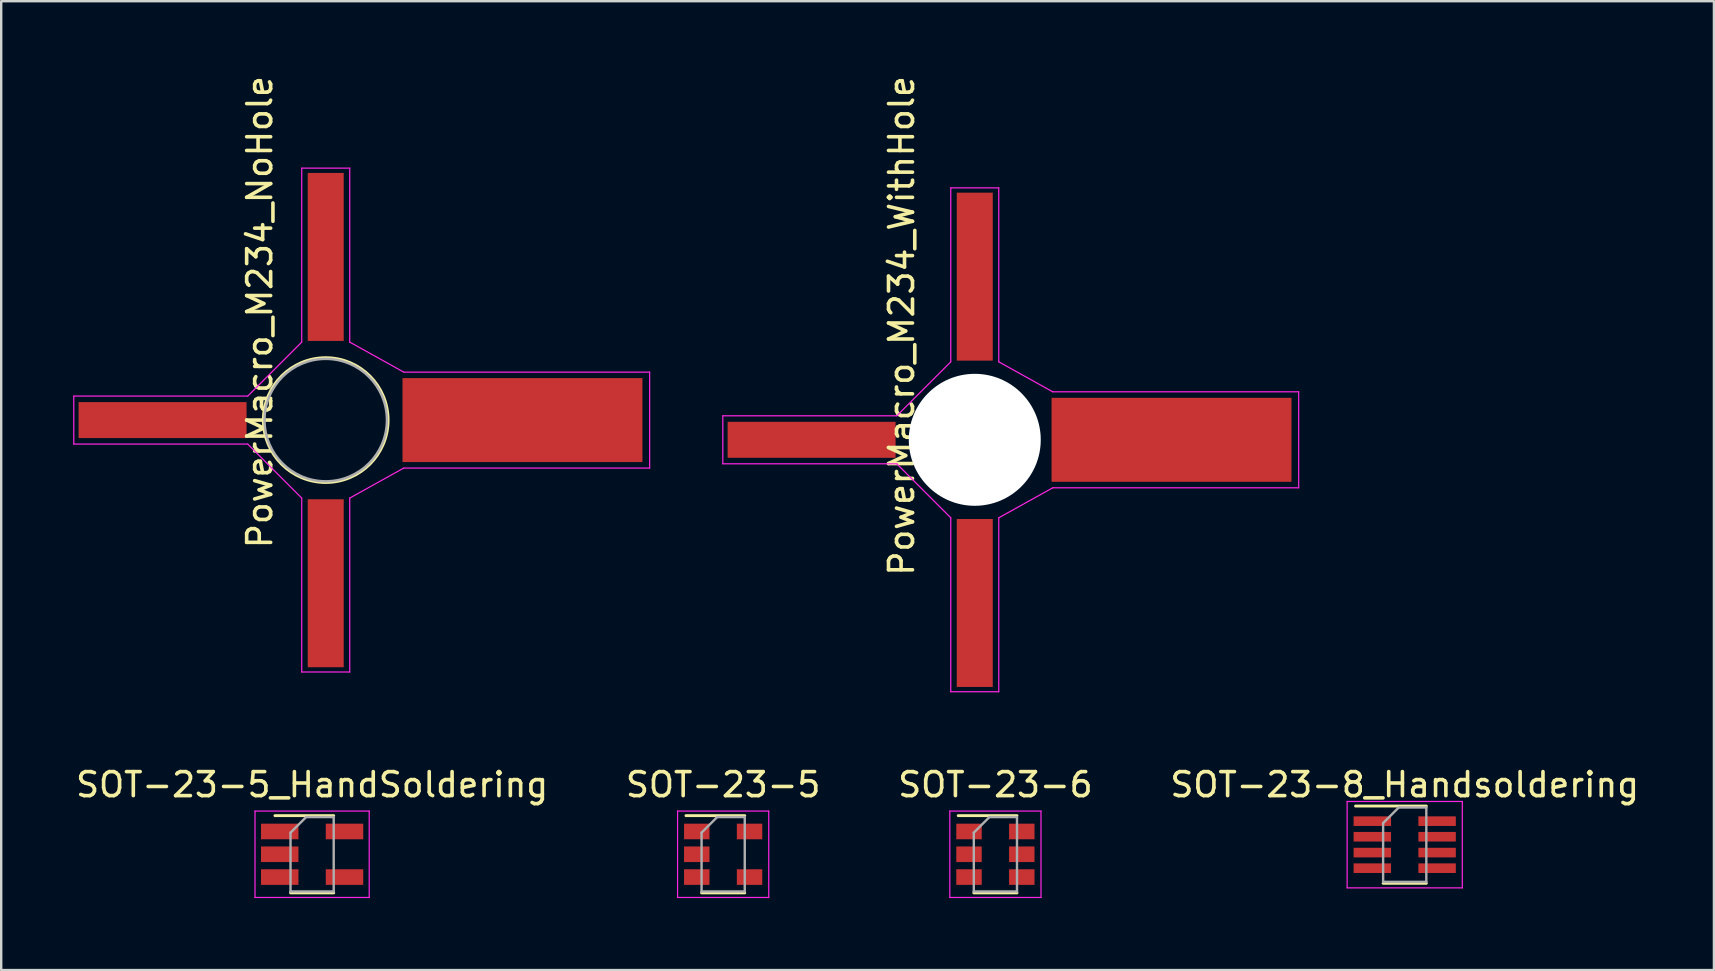
<source format=kicad_pcb>
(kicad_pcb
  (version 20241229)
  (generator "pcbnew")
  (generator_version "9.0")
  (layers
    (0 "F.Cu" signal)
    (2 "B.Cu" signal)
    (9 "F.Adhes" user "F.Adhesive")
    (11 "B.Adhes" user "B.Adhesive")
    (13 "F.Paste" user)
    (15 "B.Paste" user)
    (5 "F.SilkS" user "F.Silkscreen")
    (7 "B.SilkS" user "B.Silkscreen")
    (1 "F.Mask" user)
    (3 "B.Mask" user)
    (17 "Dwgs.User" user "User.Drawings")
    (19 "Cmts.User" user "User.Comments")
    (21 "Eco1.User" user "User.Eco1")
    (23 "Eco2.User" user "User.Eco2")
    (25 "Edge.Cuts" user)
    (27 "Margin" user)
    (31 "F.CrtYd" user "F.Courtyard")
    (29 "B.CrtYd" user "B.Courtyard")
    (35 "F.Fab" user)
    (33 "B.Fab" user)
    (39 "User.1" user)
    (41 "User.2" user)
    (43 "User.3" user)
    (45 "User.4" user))
  (footprint "PowerMacro_M234_WithHole"
    (layer "F.Cu")
    (at 38.275 15.28)
    (property "Reference" "PowerMacro_M234_WithHole" (at -3.75 -4.75 90) (layer "F.SilkS") (effects (font (size 1 1) (thickness 0.15))))
    (attr smd)
    (fp_line (start -11.2 -1) (end -11.2 1) (stroke (width 0.05) (type solid)) (layer "F.CrtYd"))
    (fp_line (start -11.2 1) (end -3.95 1) (stroke (width 0.05) (type solid)) (layer "F.CrtYd"))
    (fp_line (start -3.95 -1) (end -11.2 -1) (stroke (width 0.05) (type solid)) (layer "F.CrtYd"))
    (fp_line (start -3.95 1) (end -1.7 3.25) (stroke (width 0.05) (type solid)) (layer "F.CrtYd"))
    (fp_line (start -1.7 -10.5) (end -1.7 -3.25) (stroke (width 0.05) (type solid)) (layer "F.CrtYd"))
    (fp_line (start -1.7 -3.25) (end -3.95 -1) (stroke (width 0.05) (type solid)) (layer "F.CrtYd"))
    (fp_line (start -1.7 3.25) (end -1.7 10.5) (stroke (width 0.05) (type solid)) (layer "F.CrtYd"))
    (fp_line (start -1.7 10.5) (end 0.3 10.5) (stroke (width 0.05) (type solid)) (layer "F.CrtYd"))
    (fp_line (start 0.3 -10.5) (end -1.7 -10.5) (stroke (width 0.05) (type solid)) (layer "F.CrtYd"))
    (fp_line (start 0.3 -3.25) (end 0.3 -10.5) (stroke (width 0.05) (type solid)) (layer "F.CrtYd"))
    (fp_line (start 0.3 3.25) (end 2.55 2) (stroke (width 0.05) (type solid)) (layer "F.CrtYd"))
    (fp_line (start 0.3 10.5) (end 0.3 3.25) (stroke (width 0.05) (type solid)) (layer "F.CrtYd"))
    (fp_line (start 2.55 -2) (end 0.3 -3.25) (stroke (width 0.05) (type solid)) (layer "F.CrtYd"))
    (fp_line (start 2.55 2) (end 12.8 2) (stroke (width 0.05) (type solid)) (layer "F.CrtYd"))
    (fp_line (start 12.8 -2) (end 2.55 -2) (stroke (width 0.05) (type solid)) (layer "F.CrtYd"))
    (fp_line (start 12.8 2) (end 12.8 -2) (stroke (width 0.05) (type solid)) (layer "F.CrtYd"))
    (fp_circle (center -0.7 0) (end -0.7 -2.55) (stroke (width 0.1) (type solid)) (fill no) (layer "F.Fab"))
    (pad "" np_thru_hole circle (at -0.7 0 90) (size 5.5 5.5) (drill 5.5) (layers "*.Cu" "*.Mask"))
    (pad "1" smd rect (at -7.5 0 90) (size 1.5 7) (layers "F.Cu" "F.Mask" "F.Paste"))
    (pad "2" smd rect (at -0.7 6.8 90) (size 7 1.5) (layers "F.Cu" "F.Mask" "F.Paste"))
    (pad "3" smd rect (at 7.5 0 90) (size 3.5 10) (layers "F.Cu" "F.Mask" "F.Paste"))
    (pad "4" smd rect (at -0.7 -6.8 90) (size 7 1.5) (layers "F.Cu" "F.Mask" "F.Paste")))
  (footprint "SOT-23-6"
    (layer "F.Cu")
    (at 38.435 32.553)
    (property "Reference" "SOT-23-6" (at 0 -2.9 0) (layer "F.SilkS") (effects (font (size 1 1) (thickness 0.15))))
    (attr smd)
    (fp_line (start -0.9 1.61) (end 0.9 1.61) (stroke (width 0.12) (type solid)) (layer "F.SilkS"))
    (fp_line (start 0.9 -1.61) (end -1.55 -1.61) (stroke (width 0.12) (type solid)) (layer "F.SilkS"))
    (fp_line (start -1.9 -1.8) (end -1.9 1.8) (stroke (width 0.05) (type solid)) (layer "F.CrtYd"))
    (fp_line (start -1.9 1.8) (end 1.9 1.8) (stroke (width 0.05) (type solid)) (layer "F.CrtYd"))
    (fp_line (start 1.9 -1.8) (end -1.9 -1.8) (stroke (width 0.05) (type solid)) (layer "F.CrtYd"))
    (fp_line (start 1.9 1.8) (end 1.9 -1.8) (stroke (width 0.05) (type solid)) (layer "F.CrtYd"))
    (fp_line (start -0.9 -0.9) (end -0.9 1.55) (stroke (width 0.1) (type solid)) (layer "F.Fab"))
    (fp_line (start -0.9 -0.9) (end -0.25 -1.55) (stroke (width 0.1) (type solid)) (layer "F.Fab"))
    (fp_line (start 0.9 -1.55) (end -0.25 -1.55) (stroke (width 0.1) (type solid)) (layer "F.Fab"))
    (fp_line (start 0.9 -1.55) (end 0.9 1.55) (stroke (width 0.1) (type solid)) (layer "F.Fab"))
    (fp_line (start 0.9 1.55) (end -0.9 1.55) (stroke (width 0.1) (type solid)) (layer "F.Fab"))
    (pad "1" smd rect (at -1.1 -0.95) (size 1.06 0.65) (layers "F.Cu" "F.Mask" "F.Paste"))
    (pad "2" smd rect (at -1.1 0) (size 1.06 0.65) (layers "F.Cu" "F.Mask" "F.Paste"))
    (pad "3" smd rect (at -1.1 0.95) (size 1.06 0.65) (layers "F.Cu" "F.Mask" "F.Paste"))
    (pad "4" smd rect (at 1.1 0.95) (size 1.06 0.65) (layers "F.Cu" "F.Mask" "F.Paste"))
    (pad "5" smd rect (at 1.1 0) (size 1.06 0.65) (layers "F.Cu" "F.Mask" "F.Paste"))
    (pad "6" smd rect (at 1.1 -0.95) (size 1.06 0.65) (layers "F.Cu" "F.Mask" "F.Paste")))
  (footprint "SOT-23-5_HandSoldering"
    (layer "F.Cu")
    (at 9.958 32.553)
    (property "Reference" "SOT-23-5_HandSoldering" (at 0 -2.9 0) (layer "F.SilkS") (effects (font (size 1 1) (thickness 0.15))))
    (attr smd)
    (fp_line (start -0.9 1.61) (end 0.9 1.61) (stroke (width 0.12) (type solid)) (layer "F.SilkS"))
    (fp_line (start 0.9 -1.61) (end -1.55 -1.61) (stroke (width 0.12) (type solid)) (layer "F.SilkS"))
    (fp_line (start -2.38 -1.8) (end -2.38 1.8) (stroke (width 0.05) (type solid)) (layer "F.CrtYd"))
    (fp_line (start -2.38 -1.8) (end 2.38 -1.8) (stroke (width 0.05) (type solid)) (layer "F.CrtYd"))
    (fp_line (start 2.38 1.8) (end -2.38 1.8) (stroke (width 0.05) (type solid)) (layer "F.CrtYd"))
    (fp_line (start 2.38 1.8) (end 2.38 -1.8) (stroke (width 0.05) (type solid)) (layer "F.CrtYd"))
    (fp_line (start -0.9 -0.9) (end -0.9 1.55) (stroke (width 0.1) (type solid)) (layer "F.Fab"))
    (fp_line (start -0.9 -0.9) (end -0.25 -1.55) (stroke (width 0.1) (type solid)) (layer "F.Fab"))
    (fp_line (start 0.9 -1.55) (end -0.25 -1.55) (stroke (width 0.1) (type solid)) (layer "F.Fab"))
    (fp_line (start 0.9 -1.55) (end 0.9 1.55) (stroke (width 0.1) (type solid)) (layer "F.Fab"))
    (fp_line (start 0.9 1.55) (end -0.9 1.55) (stroke (width 0.1) (type solid)) (layer "F.Fab"))
    (pad "1" smd rect (at -1.35 -0.95) (size 1.56 0.65) (layers "F.Cu" "F.Mask" "F.Paste"))
    (pad "2" smd rect (at -1.35 0) (size 1.56 0.65) (layers "F.Cu" "F.Mask" "F.Paste"))
    (pad "3" smd rect (at -1.35 0.95) (size 1.56 0.65) (layers "F.Cu" "F.Mask" "F.Paste"))
    (pad "4" smd rect (at 1.35 0.95) (size 1.56 0.65) (layers "F.Cu" "F.Mask" "F.Paste"))
    (pad "5" smd rect (at 1.35 -0.95) (size 1.56 0.65) (layers "F.Cu" "F.Mask" "F.Paste")))
  (footprint "PowerMacro_M234_NoHole"
    (layer "F.Cu")
    (at 11.225 14.458)
    (property "Reference" "PowerMacro_M234_NoHole" (at -3.45 -4.5 90) (layer "F.SilkS") (effects (font (size 1 1) (thickness 0.15))))
    (attr smd)
    (fp_circle (center -0.7 0) (end -0.7 -2.6) (stroke (width 0.12) (type solid)) (fill no) (layer "F.SilkS"))
    (fp_line (start -11.2 -1) (end -11.2 1) (stroke (width 0.05) (type solid)) (layer "F.CrtYd"))
    (fp_line (start -11.2 1) (end -3.95 1) (stroke (width 0.05) (type solid)) (layer "F.CrtYd"))
    (fp_line (start -3.95 -1) (end -11.2 -1) (stroke (width 0.05) (type solid)) (layer "F.CrtYd"))
    (fp_line (start -3.95 1) (end -1.7 3.25) (stroke (width 0.05) (type solid)) (layer "F.CrtYd"))
    (fp_line (start -1.7 -10.5) (end -1.7 -3.25) (stroke (width 0.05) (type solid)) (layer "F.CrtYd"))
    (fp_line (start -1.7 -3.25) (end -3.95 -1) (stroke (width 0.05) (type solid)) (layer "F.CrtYd"))
    (fp_line (start -1.7 3.25) (end -1.7 10.5) (stroke (width 0.05) (type solid)) (layer "F.CrtYd"))
    (fp_line (start -1.7 10.5) (end 0.3 10.5) (stroke (width 0.05) (type solid)) (layer "F.CrtYd"))
    (fp_line (start 0.3 -10.5) (end -1.7 -10.5) (stroke (width 0.05) (type solid)) (layer "F.CrtYd"))
    (fp_line (start 0.3 -3.25) (end 0.3 -10.5) (stroke (width 0.05) (type solid)) (layer "F.CrtYd"))
    (fp_line (start 0.3 3.25) (end 2.55 2) (stroke (width 0.05) (type solid)) (layer "F.CrtYd"))
    (fp_line (start 0.3 10.5) (end 0.3 3.25) (stroke (width 0.05) (type solid)) (layer "F.CrtYd"))
    (fp_line (start 2.55 -2) (end 0.3 -3.25) (stroke (width 0.05) (type solid)) (layer "F.CrtYd"))
    (fp_line (start 2.55 2) (end 12.8 2) (stroke (width 0.05) (type solid)) (layer "F.CrtYd"))
    (fp_line (start 12.8 -2) (end 2.55 -2) (stroke (width 0.05) (type solid)) (layer "F.CrtYd"))
    (fp_line (start 12.8 2) (end 12.8 -2) (stroke (width 0.05) (type solid)) (layer "F.CrtYd"))
    (fp_circle (center -0.7 0) (end -0.7 -2.55) (stroke (width 0.1) (type solid)) (fill no) (layer "F.Fab"))
    (pad "1" smd rect (at -7.5 0 90) (size 1.5 7) (layers "F.Cu" "F.Mask" "F.Paste"))
    (pad "2" smd rect (at -0.7 6.8 90) (size 7 1.5) (layers "F.Cu" "F.Mask" "F.Paste"))
    (pad "3" smd rect (at 7.5 0 90) (size 3.5 10) (layers "F.Cu" "F.Mask" "F.Paste"))
    (pad "4" smd rect (at -0.7 -6.8 90) (size 7 1.5) (layers "F.Cu" "F.Mask" "F.Paste")))
  (footprint "SOT-23-5"
    (layer "F.Cu")
    (at 27.089 32.553)
    (property "Reference" "SOT-23-5" (at 0 -2.9 0) (layer "F.SilkS") (effects (font (size 1 1) (thickness 0.15))))
    (attr smd)
    (fp_line (start -0.9 1.61) (end 0.9 1.61) (stroke (width 0.12) (type solid)) (layer "F.SilkS"))
    (fp_line (start 0.9 -1.61) (end -1.55 -1.61) (stroke (width 0.12) (type solid)) (layer "F.SilkS"))
    (fp_line (start -1.9 -1.8) (end 1.9 -1.8) (stroke (width 0.05) (type solid)) (layer "F.CrtYd"))
    (fp_line (start -1.9 1.8) (end -1.9 -1.8) (stroke (width 0.05) (type solid)) (layer "F.CrtYd"))
    (fp_line (start 1.9 -1.8) (end 1.9 1.8) (stroke (width 0.05) (type solid)) (layer "F.CrtYd"))
    (fp_line (start 1.9 1.8) (end -1.9 1.8) (stroke (width 0.05) (type solid)) (layer "F.CrtYd"))
    (fp_line (start -0.9 -0.9) (end -0.9 1.55) (stroke (width 0.1) (type solid)) (layer "F.Fab"))
    (fp_line (start -0.9 -0.9) (end -0.25 -1.55) (stroke (width 0.1) (type solid)) (layer "F.Fab"))
    (fp_line (start 0.9 -1.55) (end -0.25 -1.55) (stroke (width 0.1) (type solid)) (layer "F.Fab"))
    (fp_line (start 0.9 -1.55) (end 0.9 1.55) (stroke (width 0.1) (type solid)) (layer "F.Fab"))
    (fp_line (start 0.9 1.55) (end -0.9 1.55) (stroke (width 0.1) (type solid)) (layer "F.Fab"))
    (pad "1" smd rect (at -1.1 -0.95) (size 1.06 0.65) (layers "F.Cu" "F.Mask" "F.Paste"))
    (pad "2" smd rect (at -1.1 0) (size 1.06 0.65) (layers "F.Cu" "F.Mask" "F.Paste"))
    (pad "3" smd rect (at -1.1 0.95) (size 1.06 0.65) (layers "F.Cu" "F.Mask" "F.Paste"))
    (pad "4" smd rect (at 1.1 0.95) (size 1.06 0.65) (layers "F.Cu" "F.Mask" "F.Paste"))
    (pad "5" smd rect (at 1.1 -0.95) (size 1.06 0.65) (layers "F.Cu" "F.Mask" "F.Paste")))
  (footprint "SOT-23-8_Handsoldering"
    (layer "F.Cu")
    (at 55.494 32.153)
    (property "Reference" "SOT-23-8_Handsoldering" (at 0 -2.5 0) (layer "F.SilkS") (effects (font (size 1 1) (thickness 0.15))))
    (attr smd)
    (fp_line (start -0.9 1.61) (end 0.9 1.61) (stroke (width 0.12) (type solid)) (layer "F.SilkS"))
    (fp_line (start 0.9 -1.61) (end -2.05 -1.61) (stroke (width 0.12) (type solid)) (layer "F.SilkS"))
    (fp_line (start -2.4 -1.8) (end 2.4 -1.8) (stroke (width 0.05) (type solid)) (layer "F.CrtYd"))
    (fp_line (start -2.4 1.8) (end -2.4 -1.8) (stroke (width 0.05) (type solid)) (layer "F.CrtYd"))
    (fp_line (start 2.4 -1.8) (end 2.4 1.8) (stroke (width 0.05) (type solid)) (layer "F.CrtYd"))
    (fp_line (start 2.4 1.8) (end -2.4 1.8) (stroke (width 0.05) (type solid)) (layer "F.CrtYd"))
    (fp_line (start -0.9 -0.9) (end -0.9 1.55) (stroke (width 0.1) (type solid)) (layer "F.Fab"))
    (fp_line (start -0.9 -0.9) (end -0.25 -1.55) (stroke (width 0.1) (type solid)) (layer "F.Fab"))
    (fp_line (start 0.9 -1.55) (end -0.25 -1.55) (stroke (width 0.1) (type solid)) (layer "F.Fab"))
    (fp_line (start 0.9 -1.55) (end 0.9 1.55) (stroke (width 0.1) (type solid)) (layer "F.Fab"))
    (fp_line (start 0.9 1.55) (end -0.9 1.55) (stroke (width 0.1) (type solid)) (layer "F.Fab"))
    (pad "1" smd rect (at -1.35 -0.98) (size 1.56 0.4) (layers "F.Cu" "F.Mask" "F.Paste"))
    (pad "2" smd rect (at -1.35 -0.33) (size 1.56 0.4) (layers "F.Cu" "F.Mask" "F.Paste"))
    (pad "3" smd rect (at -1.35 0.33) (size 1.56 0.4) (layers "F.Cu" "F.Mask" "F.Paste"))
    (pad "4" smd rect (at -1.35 0.98) (size 1.56 0.4) (layers "F.Cu" "F.Mask" "F.Paste"))
    (pad "5" smd rect (at 1.35 0.98) (size 1.56 0.4) (layers "F.Cu" "F.Mask" "F.Paste"))
    (pad "6" smd rect (at 1.35 0.33) (size 1.56 0.4) (layers "F.Cu" "F.Mask" "F.Paste"))
    (pad "7" smd rect (at 1.35 -0.33) (size 1.56 0.4) (layers "F.Cu" "F.Mask" "F.Paste"))
    (pad "8" smd rect (at 1.35 -0.98) (size 1.56 0.4) (layers "F.Cu" "F.Mask" "F.Paste")))
  (gr_rect
    (start -3 -3)
    (end 68.381 37.378)
    (stroke (width 0.1) (type default))
    (fill no)
    (layer "Edge.Cuts")))
</source>
